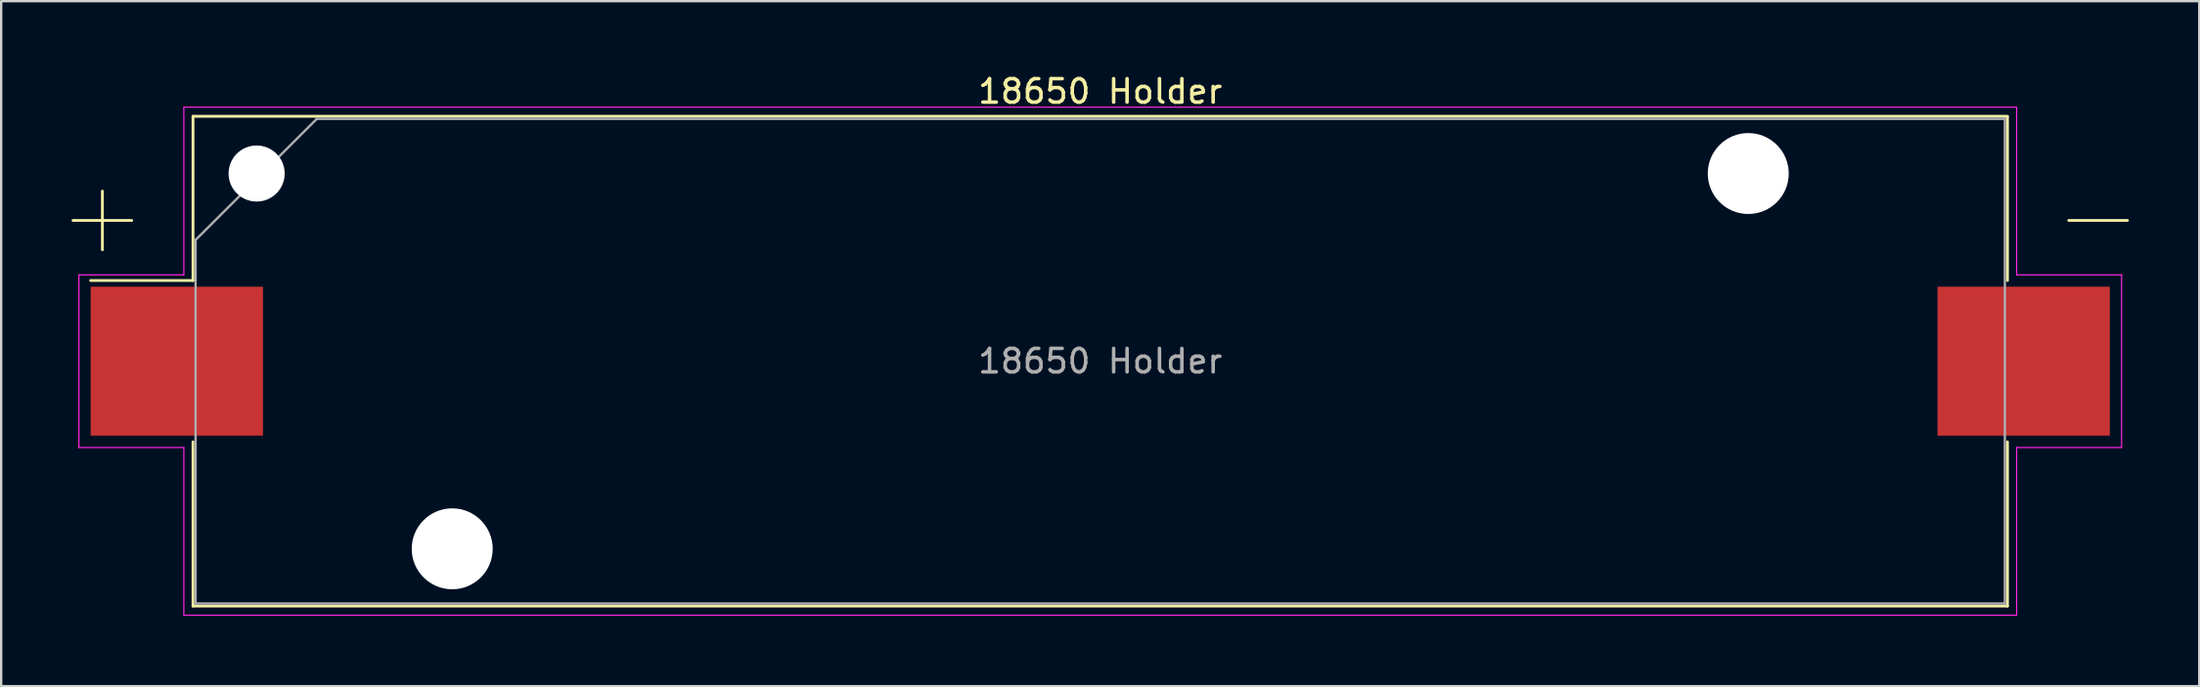
<source format=kicad_pcb>
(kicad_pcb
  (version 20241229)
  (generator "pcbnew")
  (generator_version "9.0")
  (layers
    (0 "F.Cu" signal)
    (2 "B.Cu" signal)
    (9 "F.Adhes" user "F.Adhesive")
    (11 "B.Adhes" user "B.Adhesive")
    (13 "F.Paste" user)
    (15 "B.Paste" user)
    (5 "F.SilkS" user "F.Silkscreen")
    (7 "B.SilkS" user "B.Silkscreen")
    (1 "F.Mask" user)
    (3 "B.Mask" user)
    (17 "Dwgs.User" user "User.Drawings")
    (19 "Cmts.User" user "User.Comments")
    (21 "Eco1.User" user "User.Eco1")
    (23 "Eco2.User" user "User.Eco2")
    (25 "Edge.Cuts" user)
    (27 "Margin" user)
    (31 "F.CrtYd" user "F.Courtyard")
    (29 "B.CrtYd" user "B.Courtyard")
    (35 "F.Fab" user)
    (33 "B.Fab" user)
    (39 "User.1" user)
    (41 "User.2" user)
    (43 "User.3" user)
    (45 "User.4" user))
  (footprint "18650 Holder"
    (layer "F.Cu")
    (at 43.81 12.348)
    (property "Reference" "18650 Holder" (at 0 -11.5 0) (layer "F.SilkS") (effects (font (size 1 1) (thickness 0.15))))
    (attr smd)
    (fp_line (start -43.75 -6) (end -41.25 -6) (stroke (width 0.12) (type solid)) (layer "F.SilkS"))
    (fp_line (start -42.5 -4.75) (end -42.5 -7.25) (stroke (width 0.12) (type solid)) (layer "F.SilkS"))
    (fp_line (start -38.64 -10.44) (end -38.64 -3.44) (stroke (width 0.12) (type solid)) (layer "F.SilkS"))
    (fp_line (start -38.64 -3.44) (end -43 -3.44) (stroke (width 0.12) (type solid)) (layer "F.SilkS"))
    (fp_line (start -38.64 10.44) (end -38.64 3.44) (stroke (width 0.12) (type solid)) (layer "F.SilkS"))
    (fp_line (start 38.64 -10.44) (end -38.64 -10.44) (stroke (width 0.12) (type solid)) (layer "F.SilkS"))
    (fp_line (start 38.64 -3.44) (end 38.64 -10.42) (stroke (width 0.12) (type solid)) (layer "F.SilkS"))
    (fp_line (start 38.64 3.44) (end 38.64 10.44) (stroke (width 0.12) (type solid)) (layer "F.SilkS"))
    (fp_line (start 38.64 10.44) (end -38.64 10.44) (stroke (width 0.12) (type solid)) (layer "F.SilkS"))
    (fp_line (start 43.75 -6) (end 41.25 -6) (stroke (width 0.12) (type solid)) (layer "F.SilkS"))
    (fp_line (start -43.5 -3.68) (end -39.03 -3.68) (stroke (width 0.05) (type solid)) (layer "F.CrtYd"))
    (fp_line (start -43.5 3.68) (end -43.5 -3.68) (stroke (width 0.05) (type solid)) (layer "F.CrtYd"))
    (fp_line (start -39.03 -10.83) (end -39.03 -3.68) (stroke (width 0.05) (type solid)) (layer "F.CrtYd"))
    (fp_line (start -39.03 -10.83) (end 39.03 -10.83) (stroke (width 0.05) (type solid)) (layer "F.CrtYd"))
    (fp_line (start -39.03 3.68) (end -43.5 3.68) (stroke (width 0.05) (type solid)) (layer "F.CrtYd"))
    (fp_line (start -39.03 10.83) (end -39.03 3.68) (stroke (width 0.05) (type solid)) (layer "F.CrtYd"))
    (fp_line (start -39.03 10.83) (end 39.03 10.83) (stroke (width 0.05) (type solid)) (layer "F.CrtYd"))
    (fp_line (start 39.03 -10.83) (end 39.03 -3.68) (stroke (width 0.05) (type solid)) (layer "F.CrtYd"))
    (fp_line (start 39.03 3.68) (end 43.5 3.68) (stroke (width 0.05) (type solid)) (layer "F.CrtYd"))
    (fp_line (start 39.03 10.83) (end 39.03 3.68) (stroke (width 0.05) (type solid)) (layer "F.CrtYd"))
    (fp_line (start 43.5 -3.68) (end 39.03 -3.68) (stroke (width 0.05) (type solid)) (layer "F.CrtYd"))
    (fp_line (start 43.5 3.68) (end 43.5 -3.68) (stroke (width 0.05) (type solid)) (layer "F.CrtYd"))
    (fp_line (start -38.53 -5.168) (end -38.53 10.33) (stroke (width 0.1) (type solid)) (layer "F.Fab"))
    (fp_line (start -38.53 10.33) (end 38.53 10.33) (stroke (width 0.1) (type solid)) (layer "F.Fab"))
    (fp_line (start -33.367 -10.33) (end -38.53 -5.168) (stroke (width 0.1) (type solid)) (layer "F.Fab"))
    (fp_line (start -33.367 -10.33) (end 38.53 -10.33) (stroke (width 0.1) (type solid)) (layer "F.Fab"))
    (fp_line (start 38.53 -10.33) (end 38.53 10.33) (stroke (width 0.1) (type solid)) (layer "F.Fab"))
    (fp_text user "${REFERENCE}" (at 0 0 0) (layer "F.Fab") (effects (font (size 1 1) (thickness 0.15))))
    (pad "" np_thru_hole circle (at -35.93 -8) (size 2.39 2.39) (drill 2.39) (layers "*.Cu" "*.Mask"))
    (pad "" np_thru_hole circle (at -27.6 8) (size 3.45 3.45) (drill 3.45) (layers "*.Cu" "*.Mask"))
    (pad "" np_thru_hole circle (at 27.6 -8) (size 3.45 3.45) (drill 3.45) (layers "*.Cu" "*.Mask"))
    (pad "1" smd rect (at -39.33 0) (size 7.34 6.35) (layers "F.Cu" "F.Mask" "F.Paste"))
    (pad "2" smd rect (at 39.33 0) (size 7.34 6.35) (layers "F.Cu" "F.Mask" "F.Paste")))
  (gr_rect
    (start -3 -3)
    (end 90.62 26.203)
    (stroke (width 0.1) (type default))
    (fill no)
    (layer "Edge.Cuts")))
</source>
